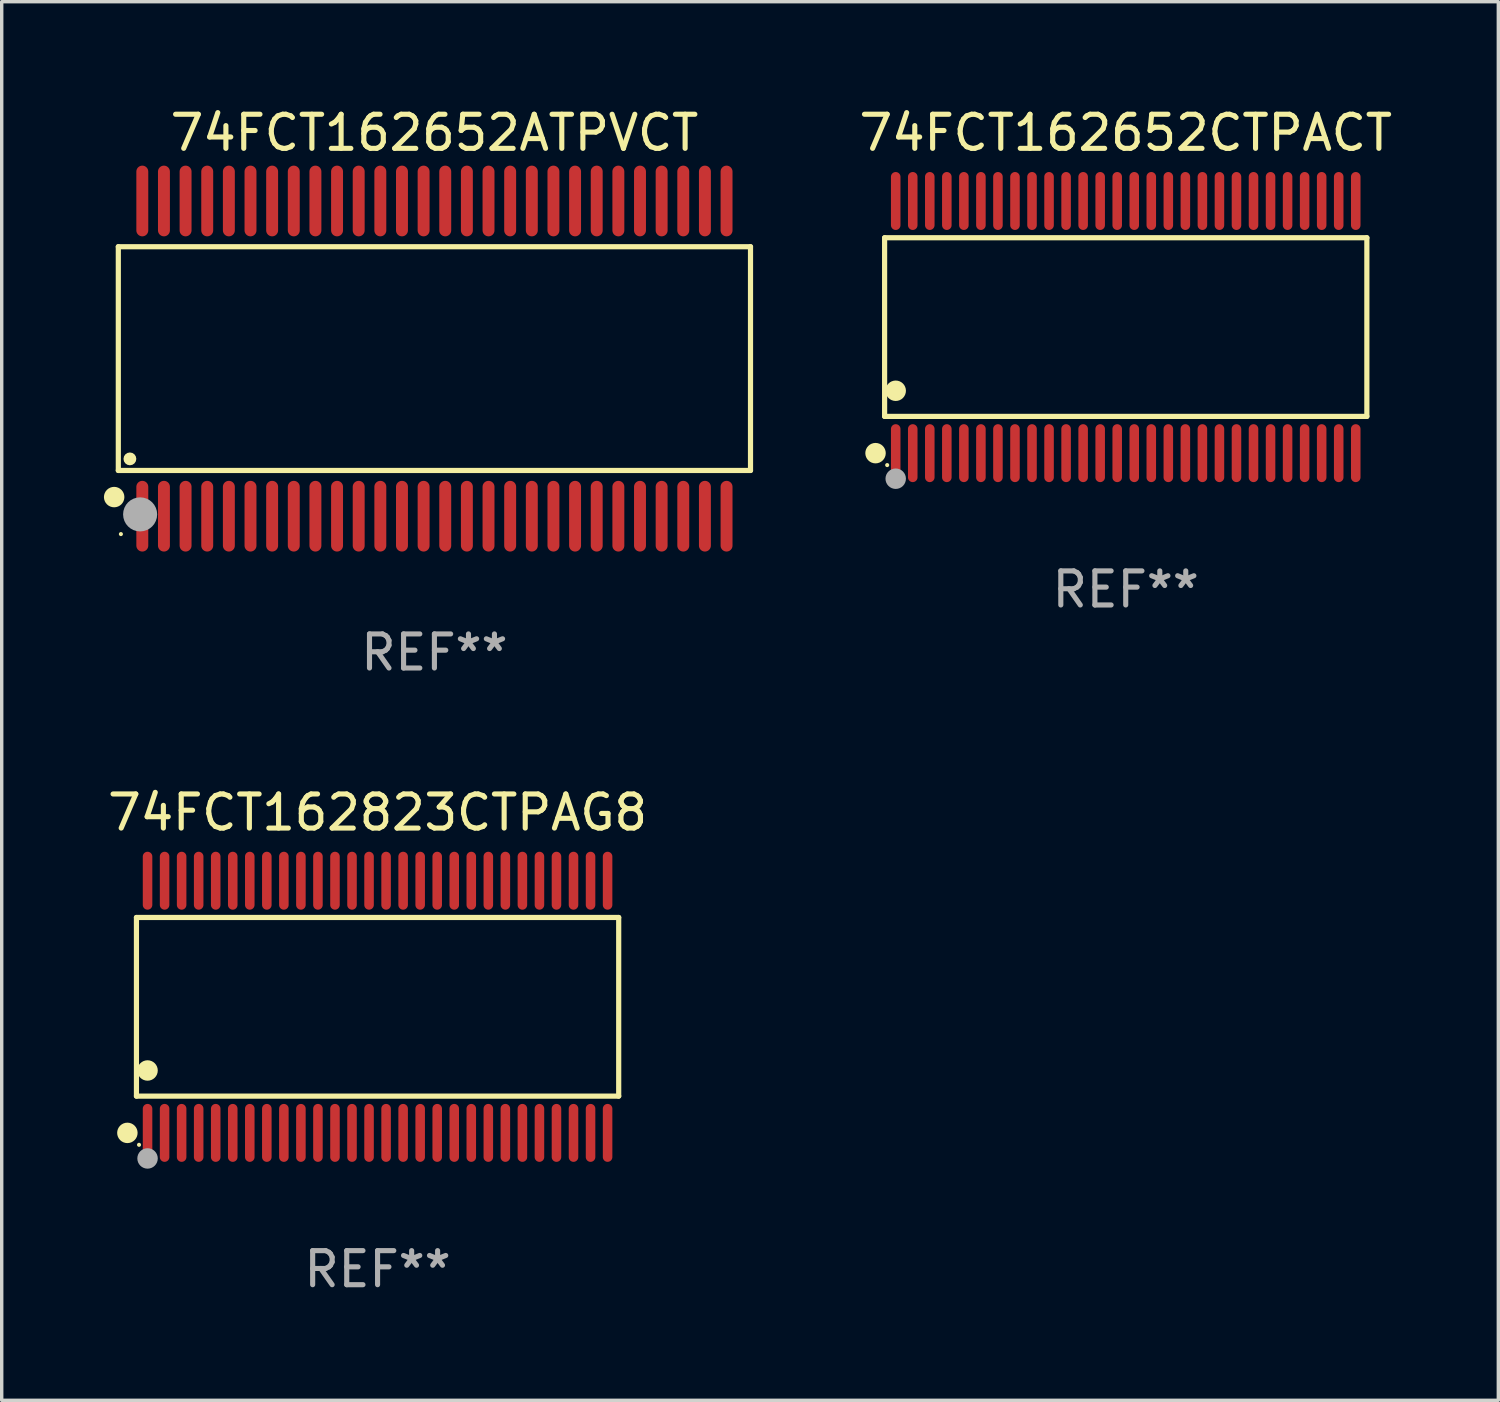
<source format=kicad_pcb>
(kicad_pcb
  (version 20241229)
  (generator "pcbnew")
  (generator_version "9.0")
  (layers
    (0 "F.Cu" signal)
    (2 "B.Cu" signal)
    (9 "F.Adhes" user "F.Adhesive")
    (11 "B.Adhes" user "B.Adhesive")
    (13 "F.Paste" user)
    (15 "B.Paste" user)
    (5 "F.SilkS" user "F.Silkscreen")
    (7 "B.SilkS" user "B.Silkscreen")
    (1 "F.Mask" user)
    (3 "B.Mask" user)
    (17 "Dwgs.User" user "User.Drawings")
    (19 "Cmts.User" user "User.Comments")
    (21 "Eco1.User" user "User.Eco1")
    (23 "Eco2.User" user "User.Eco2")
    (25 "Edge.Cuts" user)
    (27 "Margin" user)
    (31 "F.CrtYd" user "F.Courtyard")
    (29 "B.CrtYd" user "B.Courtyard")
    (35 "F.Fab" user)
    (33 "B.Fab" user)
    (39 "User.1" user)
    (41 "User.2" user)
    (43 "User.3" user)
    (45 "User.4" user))
  (footprint "74FCT162652CTPACT"
    (layer "F.Cu")
    (at 29.985 6.548)
    (property "Reference" "74FCT162652CTPACT" (at 0 -5.7 0) (layer "F.SilkS") (effects (font (size 1 1) (thickness 0.15))))
    (attr through_hole)
    (fp_line (start -7.076 -2.621) (end 7.076 -2.621) (stroke (width 0.152) (type solid)) (layer "F.SilkS"))
    (fp_line (start -7.076 2.621) (end -7.076 -2.621) (stroke (width 0.152) (type solid)) (layer "F.SilkS"))
    (fp_line (start 7.076 -2.621) (end 7.076 2.621) (stroke (width 0.152) (type solid)) (layer "F.SilkS"))
    (fp_line (start 7.076 2.621) (end -7.076 2.621) (stroke (width 0.152) (type solid)) (layer "F.SilkS"))
    (fp_circle (center -7.342 3.7) (end -7.192 3.7) (stroke (width 0.3) (type solid)) (fill no) (layer "F.SilkS"))
    (fp_circle (center -7 4.05) (end -6.97 4.05) (stroke (width 0.06) (type solid)) (fill no) (layer "F.SilkS"))
    (fp_circle (center -6.75 1.869) (end -6.6 1.869) (stroke (width 0.3) (type solid)) (fill no) (layer "F.SilkS"))
    (fp_circle (center -6.75 4.45) (end -6.6 4.45) (stroke (width 0.3) (type solid)) (fill no) (layer "F.Fab"))
    (fp_text user "REF**" (at 0 7.7 0) (layer "F.Fab") (effects (font (size 1 1) (thickness 0.15))))
    (pad "1" smd oval (at -6.75 3.7) (size 0.28 1.7) (layers "F.Cu" "F.Mask" "F.Paste"))
    (pad "2" smd oval (at -6.25 3.7) (size 0.28 1.7) (layers "F.Cu" "F.Mask" "F.Paste"))
    (pad "3" smd oval (at -5.75 3.7) (size 0.28 1.7) (layers "F.Cu" "F.Mask" "F.Paste"))
    (pad "4" smd oval (at -5.25 3.7) (size 0.28 1.7) (layers "F.Cu" "F.Mask" "F.Paste"))
    (pad "5" smd oval (at -4.75 3.7) (size 0.28 1.7) (layers "F.Cu" "F.Mask" "F.Paste"))
    (pad "6" smd oval (at -4.25 3.7) (size 0.28 1.7) (layers "F.Cu" "F.Mask" "F.Paste"))
    (pad "7" smd oval (at -3.75 3.7) (size 0.28 1.7) (layers "F.Cu" "F.Mask" "F.Paste"))
    (pad "8" smd oval (at -3.25 3.7) (size 0.28 1.7) (layers "F.Cu" "F.Mask" "F.Paste"))
    (pad "9" smd oval (at -2.75 3.7) (size 0.28 1.7) (layers "F.Cu" "F.Mask" "F.Paste"))
    (pad "10" smd oval (at -2.25 3.7) (size 0.28 1.7) (layers "F.Cu" "F.Mask" "F.Paste"))
    (pad "11" smd oval (at -1.75 3.7) (size 0.28 1.7) (layers "F.Cu" "F.Mask" "F.Paste"))
    (pad "12" smd oval (at -1.25 3.7) (size 0.28 1.7) (layers "F.Cu" "F.Mask" "F.Paste"))
    (pad "13" smd oval (at -0.75 3.7) (size 0.28 1.7) (layers "F.Cu" "F.Mask" "F.Paste"))
    (pad "14" smd oval (at -0.25 3.7) (size 0.28 1.7) (layers "F.Cu" "F.Mask" "F.Paste"))
    (pad "15" smd oval (at 0.25 3.7) (size 0.28 1.7) (layers "F.Cu" "F.Mask" "F.Paste"))
    (pad "16" smd oval (at 0.75 3.7) (size 0.28 1.7) (layers "F.Cu" "F.Mask" "F.Paste"))
    (pad "17" smd oval (at 1.25 3.7) (size 0.28 1.7) (layers "F.Cu" "F.Mask" "F.Paste"))
    (pad "18" smd oval (at 1.75 3.7) (size 0.28 1.7) (layers "F.Cu" "F.Mask" "F.Paste"))
    (pad "19" smd oval (at 2.25 3.7) (size 0.28 1.7) (layers "F.Cu" "F.Mask" "F.Paste"))
    (pad "20" smd oval (at 2.75 3.7) (size 0.28 1.7) (layers "F.Cu" "F.Mask" "F.Paste"))
    (pad "21" smd oval (at 3.25 3.7) (size 0.28 1.7) (layers "F.Cu" "F.Mask" "F.Paste"))
    (pad "22" smd oval (at 3.75 3.7) (size 0.28 1.7) (layers "F.Cu" "F.Mask" "F.Paste"))
    (pad "23" smd oval (at 4.25 3.7) (size 0.28 1.7) (layers "F.Cu" "F.Mask" "F.Paste"))
    (pad "24" smd oval (at 4.75 3.7) (size 0.28 1.7) (layers "F.Cu" "F.Mask" "F.Paste"))
    (pad "25" smd oval (at 5.25 3.7) (size 0.28 1.7) (layers "F.Cu" "F.Mask" "F.Paste"))
    (pad "26" smd oval (at 5.75 3.7) (size 0.28 1.7) (layers "F.Cu" "F.Mask" "F.Paste"))
    (pad "27" smd oval (at 6.25 3.7) (size 0.28 1.7) (layers "F.Cu" "F.Mask" "F.Paste"))
    (pad "28" smd oval (at 6.75 3.7) (size 0.28 1.7) (layers "F.Cu" "F.Mask" "F.Paste"))
    (pad "29" smd oval (at 6.75 -3.7) (size 0.28 1.7) (layers "F.Cu" "F.Mask" "F.Paste"))
    (pad "30" smd oval (at 6.25 -3.7) (size 0.28 1.7) (layers "F.Cu" "F.Mask" "F.Paste"))
    (pad "31" smd oval (at 5.75 -3.7) (size 0.28 1.7) (layers "F.Cu" "F.Mask" "F.Paste"))
    (pad "32" smd oval (at 5.25 -3.7) (size 0.28 1.7) (layers "F.Cu" "F.Mask" "F.Paste"))
    (pad "33" smd oval (at 4.75 -3.7) (size 0.28 1.7) (layers "F.Cu" "F.Mask" "F.Paste"))
    (pad "34" smd oval (at 4.25 -3.7) (size 0.28 1.7) (layers "F.Cu" "F.Mask" "F.Paste"))
    (pad "35" smd oval (at 3.75 -3.7) (size 0.28 1.7) (layers "F.Cu" "F.Mask" "F.Paste"))
    (pad "36" smd oval (at 3.25 -3.7) (size 0.28 1.7) (layers "F.Cu" "F.Mask" "F.Paste"))
    (pad "37" smd oval (at 2.75 -3.7) (size 0.28 1.7) (layers "F.Cu" "F.Mask" "F.Paste"))
    (pad "38" smd oval (at 2.25 -3.7) (size 0.28 1.7) (layers "F.Cu" "F.Mask" "F.Paste"))
    (pad "39" smd oval (at 1.75 -3.7) (size 0.28 1.7) (layers "F.Cu" "F.Mask" "F.Paste"))
    (pad "40" smd oval (at 1.25 -3.7) (size 0.28 1.7) (layers "F.Cu" "F.Mask" "F.Paste"))
    (pad "41" smd oval (at 0.75 -3.7) (size 0.28 1.7) (layers "F.Cu" "F.Mask" "F.Paste"))
    (pad "42" smd oval (at 0.25 -3.7) (size 0.28 1.7) (layers "F.Cu" "F.Mask" "F.Paste"))
    (pad "43" smd oval (at -0.25 -3.7) (size 0.28 1.7) (layers "F.Cu" "F.Mask" "F.Paste"))
    (pad "44" smd oval (at -0.75 -3.7) (size 0.28 1.7) (layers "F.Cu" "F.Mask" "F.Paste"))
    (pad "45" smd oval (at -1.25 -3.7) (size 0.28 1.7) (layers "F.Cu" "F.Mask" "F.Paste"))
    (pad "46" smd oval (at -1.75 -3.7) (size 0.28 1.7) (layers "F.Cu" "F.Mask" "F.Paste"))
    (pad "47" smd oval (at -2.25 -3.7) (size 0.28 1.7) (layers "F.Cu" "F.Mask" "F.Paste"))
    (pad "48" smd oval (at -2.75 -3.7) (size 0.28 1.7) (layers "F.Cu" "F.Mask" "F.Paste"))
    (pad "49" smd oval (at -3.25 -3.7) (size 0.28 1.7) (layers "F.Cu" "F.Mask" "F.Paste"))
    (pad "50" smd oval (at -3.75 -3.7) (size 0.28 1.7) (layers "F.Cu" "F.Mask" "F.Paste"))
    (pad "51" smd oval (at -4.25 -3.7) (size 0.28 1.7) (layers "F.Cu" "F.Mask" "F.Paste"))
    (pad "52" smd oval (at -4.75 -3.7) (size 0.28 1.7) (layers "F.Cu" "F.Mask" "F.Paste"))
    (pad "53" smd oval (at -5.25 -3.7) (size 0.28 1.7) (layers "F.Cu" "F.Mask" "F.Paste"))
    (pad "54" smd oval (at -5.75 -3.7) (size 0.28 1.7) (layers "F.Cu" "F.Mask" "F.Paste"))
    (pad "55" smd oval (at -6.25 -3.7) (size 0.28 1.7) (layers "F.Cu" "F.Mask" "F.Paste"))
    (pad "56" smd oval (at -6.75 -3.7) (size 0.28 1.7) (layers "F.Cu" "F.Mask" "F.Paste")))
  (footprint "74FCT162823CTPAG8"
    (layer "F.Cu")
    (at 8.03 26.495)
    (property "Reference" "74FCT162823CTPAG8" (at 0 -5.7 0) (layer "F.SilkS") (effects (font (size 1 1) (thickness 0.15))))
    (attr through_hole)
    (fp_line (start -7.076 -2.621) (end 7.076 -2.621) (stroke (width 0.152) (type solid)) (layer "F.SilkS"))
    (fp_line (start -7.076 2.621) (end -7.076 -2.621) (stroke (width 0.152) (type solid)) (layer "F.SilkS"))
    (fp_line (start 7.076 -2.621) (end 7.076 2.621) (stroke (width 0.152) (type solid)) (layer "F.SilkS"))
    (fp_line (start 7.076 2.621) (end -7.076 2.621) (stroke (width 0.152) (type solid)) (layer "F.SilkS"))
    (fp_circle (center -7.342 3.7) (end -7.192 3.7) (stroke (width 0.3) (type solid)) (fill no) (layer "F.SilkS"))
    (fp_circle (center -7 4.05) (end -6.97 4.05) (stroke (width 0.06) (type solid)) (fill no) (layer "F.SilkS"))
    (fp_circle (center -6.75 1.869) (end -6.6 1.869) (stroke (width 0.3) (type solid)) (fill no) (layer "F.SilkS"))
    (fp_circle (center -6.75 4.45) (end -6.6 4.45) (stroke (width 0.3) (type solid)) (fill no) (layer "F.Fab"))
    (fp_text user "REF**" (at 0 7.7 0) (layer "F.Fab") (effects (font (size 1 1) (thickness 0.15))))
    (pad "1" smd oval (at -6.75 3.7) (size 0.28 1.7) (layers "F.Cu" "F.Mask" "F.Paste"))
    (pad "2" smd oval (at -6.25 3.7) (size 0.28 1.7) (layers "F.Cu" "F.Mask" "F.Paste"))
    (pad "3" smd oval (at -5.75 3.7) (size 0.28 1.7) (layers "F.Cu" "F.Mask" "F.Paste"))
    (pad "4" smd oval (at -5.25 3.7) (size 0.28 1.7) (layers "F.Cu" "F.Mask" "F.Paste"))
    (pad "5" smd oval (at -4.75 3.7) (size 0.28 1.7) (layers "F.Cu" "F.Mask" "F.Paste"))
    (pad "6" smd oval (at -4.25 3.7) (size 0.28 1.7) (layers "F.Cu" "F.Mask" "F.Paste"))
    (pad "7" smd oval (at -3.75 3.7) (size 0.28 1.7) (layers "F.Cu" "F.Mask" "F.Paste"))
    (pad "8" smd oval (at -3.25 3.7) (size 0.28 1.7) (layers "F.Cu" "F.Mask" "F.Paste"))
    (pad "9" smd oval (at -2.75 3.7) (size 0.28 1.7) (layers "F.Cu" "F.Mask" "F.Paste"))
    (pad "10" smd oval (at -2.25 3.7) (size 0.28 1.7) (layers "F.Cu" "F.Mask" "F.Paste"))
    (pad "11" smd oval (at -1.75 3.7) (size 0.28 1.7) (layers "F.Cu" "F.Mask" "F.Paste"))
    (pad "12" smd oval (at -1.25 3.7) (size 0.28 1.7) (layers "F.Cu" "F.Mask" "F.Paste"))
    (pad "13" smd oval (at -0.75 3.7) (size 0.28 1.7) (layers "F.Cu" "F.Mask" "F.Paste"))
    (pad "14" smd oval (at -0.25 3.7) (size 0.28 1.7) (layers "F.Cu" "F.Mask" "F.Paste"))
    (pad "15" smd oval (at 0.25 3.7) (size 0.28 1.7) (layers "F.Cu" "F.Mask" "F.Paste"))
    (pad "16" smd oval (at 0.75 3.7) (size 0.28 1.7) (layers "F.Cu" "F.Mask" "F.Paste"))
    (pad "17" smd oval (at 1.25 3.7) (size 0.28 1.7) (layers "F.Cu" "F.Mask" "F.Paste"))
    (pad "18" smd oval (at 1.75 3.7) (size 0.28 1.7) (layers "F.Cu" "F.Mask" "F.Paste"))
    (pad "19" smd oval (at 2.25 3.7) (size 0.28 1.7) (layers "F.Cu" "F.Mask" "F.Paste"))
    (pad "20" smd oval (at 2.75 3.7) (size 0.28 1.7) (layers "F.Cu" "F.Mask" "F.Paste"))
    (pad "21" smd oval (at 3.25 3.7) (size 0.28 1.7) (layers "F.Cu" "F.Mask" "F.Paste"))
    (pad "22" smd oval (at 3.75 3.7) (size 0.28 1.7) (layers "F.Cu" "F.Mask" "F.Paste"))
    (pad "23" smd oval (at 4.25 3.7) (size 0.28 1.7) (layers "F.Cu" "F.Mask" "F.Paste"))
    (pad "24" smd oval (at 4.75 3.7) (size 0.28 1.7) (layers "F.Cu" "F.Mask" "F.Paste"))
    (pad "25" smd oval (at 5.25 3.7) (size 0.28 1.7) (layers "F.Cu" "F.Mask" "F.Paste"))
    (pad "26" smd oval (at 5.75 3.7) (size 0.28 1.7) (layers "F.Cu" "F.Mask" "F.Paste"))
    (pad "27" smd oval (at 6.25 3.7) (size 0.28 1.7) (layers "F.Cu" "F.Mask" "F.Paste"))
    (pad "28" smd oval (at 6.75 3.7) (size 0.28 1.7) (layers "F.Cu" "F.Mask" "F.Paste"))
    (pad "29" smd oval (at 6.75 -3.7) (size 0.28 1.7) (layers "F.Cu" "F.Mask" "F.Paste"))
    (pad "30" smd oval (at 6.25 -3.7) (size 0.28 1.7) (layers "F.Cu" "F.Mask" "F.Paste"))
    (pad "31" smd oval (at 5.75 -3.7) (size 0.28 1.7) (layers "F.Cu" "F.Mask" "F.Paste"))
    (pad "32" smd oval (at 5.25 -3.7) (size 0.28 1.7) (layers "F.Cu" "F.Mask" "F.Paste"))
    (pad "33" smd oval (at 4.75 -3.7) (size 0.28 1.7) (layers "F.Cu" "F.Mask" "F.Paste"))
    (pad "34" smd oval (at 4.25 -3.7) (size 0.28 1.7) (layers "F.Cu" "F.Mask" "F.Paste"))
    (pad "35" smd oval (at 3.75 -3.7) (size 0.28 1.7) (layers "F.Cu" "F.Mask" "F.Paste"))
    (pad "36" smd oval (at 3.25 -3.7) (size 0.28 1.7) (layers "F.Cu" "F.Mask" "F.Paste"))
    (pad "37" smd oval (at 2.75 -3.7) (size 0.28 1.7) (layers "F.Cu" "F.Mask" "F.Paste"))
    (pad "38" smd oval (at 2.25 -3.7) (size 0.28 1.7) (layers "F.Cu" "F.Mask" "F.Paste"))
    (pad "39" smd oval (at 1.75 -3.7) (size 0.28 1.7) (layers "F.Cu" "F.Mask" "F.Paste"))
    (pad "40" smd oval (at 1.25 -3.7) (size 0.28 1.7) (layers "F.Cu" "F.Mask" "F.Paste"))
    (pad "41" smd oval (at 0.75 -3.7) (size 0.28 1.7) (layers "F.Cu" "F.Mask" "F.Paste"))
    (pad "42" smd oval (at 0.25 -3.7) (size 0.28 1.7) (layers "F.Cu" "F.Mask" "F.Paste"))
    (pad "43" smd oval (at -0.25 -3.7) (size 0.28 1.7) (layers "F.Cu" "F.Mask" "F.Paste"))
    (pad "44" smd oval (at -0.75 -3.7) (size 0.28 1.7) (layers "F.Cu" "F.Mask" "F.Paste"))
    (pad "45" smd oval (at -1.25 -3.7) (size 0.28 1.7) (layers "F.Cu" "F.Mask" "F.Paste"))
    (pad "46" smd oval (at -1.75 -3.7) (size 0.28 1.7) (layers "F.Cu" "F.Mask" "F.Paste"))
    (pad "47" smd oval (at -2.25 -3.7) (size 0.28 1.7) (layers "F.Cu" "F.Mask" "F.Paste"))
    (pad "48" smd oval (at -2.75 -3.7) (size 0.28 1.7) (layers "F.Cu" "F.Mask" "F.Paste"))
    (pad "49" smd oval (at -3.25 -3.7) (size 0.28 1.7) (layers "F.Cu" "F.Mask" "F.Paste"))
    (pad "50" smd oval (at -3.75 -3.7) (size 0.28 1.7) (layers "F.Cu" "F.Mask" "F.Paste"))
    (pad "51" smd oval (at -4.25 -3.7) (size 0.28 1.7) (layers "F.Cu" "F.Mask" "F.Paste"))
    (pad "52" smd oval (at -4.75 -3.7) (size 0.28 1.7) (layers "F.Cu" "F.Mask" "F.Paste"))
    (pad "53" smd oval (at -5.25 -3.7) (size 0.28 1.7) (layers "F.Cu" "F.Mask" "F.Paste"))
    (pad "54" smd oval (at -5.75 -3.7) (size 0.28 1.7) (layers "F.Cu" "F.Mask" "F.Paste"))
    (pad "55" smd oval (at -6.25 -3.7) (size 0.28 1.7) (layers "F.Cu" "F.Mask" "F.Paste"))
    (pad "56" smd oval (at -6.75 -3.7) (size 0.28 1.7) (layers "F.Cu" "F.Mask" "F.Paste")))
  (footprint "74FCT162652ATPVCT"
    (layer "F.Cu")
    (at 9.698 7.473)
    (property "Reference" "74FCT162652ATPVCT" (at 0 -6.625 0) (layer "F.SilkS") (effects (font (size 1 1) (thickness 0.15))))
    (attr through_hole)
    (fp_line (start -9.276 -3.283) (end 9.276 -3.283) (stroke (width 0.152) (type solid)) (layer "F.SilkS"))
    (fp_line (start -9.276 3.283) (end -9.276 -3.283) (stroke (width 0.152) (type solid)) (layer "F.SilkS"))
    (fp_line (start 9.276 -3.283) (end 9.276 3.283) (stroke (width 0.152) (type solid)) (layer "F.SilkS"))
    (fp_line (start 9.276 3.283) (end -9.276 3.283) (stroke (width 0.152) (type solid)) (layer "F.SilkS"))
    (fp_circle (center -9.398 4.064) (end -9.248 4.064) (stroke (width 0.3) (type solid)) (fill no) (layer "F.SilkS"))
    (fp_circle (center -9.2 5.15) (end -9.17 5.15) (stroke (width 0.06) (type solid)) (fill no) (layer "F.SilkS"))
    (fp_circle (center -8.936 2.943) (end -8.842 2.943) (stroke (width 0.188) (type solid)) (fill no) (layer "F.SilkS"))
    (fp_circle (center -8.636 4.572) (end -8.386 4.572) (stroke (width 0.5) (type solid)) (fill no) (layer "F.Fab"))
    (fp_text user "REF**" (at 0 8.625 0) (layer "F.Fab") (effects (font (size 1 1) (thickness 0.15))))
    (pad "1" smd oval (at -8.572 4.625 90) (size 2.075 0.35) (layers "F.Cu" "F.Mask" "F.Paste"))
    (pad "2" smd oval (at -7.937 4.625 90) (size 2.075 0.35) (layers "F.Cu" "F.Mask" "F.Paste"))
    (pad "3" smd oval (at -7.302 4.625 90) (size 2.075 0.35) (layers "F.Cu" "F.Mask" "F.Paste"))
    (pad "4" smd oval (at -6.667 4.625 90) (size 2.075 0.35) (layers "F.Cu" "F.Mask" "F.Paste"))
    (pad "5" smd oval (at -6.032 4.625 90) (size 2.075 0.35) (layers "F.Cu" "F.Mask" "F.Paste"))
    (pad "6" smd oval (at -5.397 4.625 90) (size 2.075 0.35) (layers "F.Cu" "F.Mask" "F.Paste"))
    (pad "7" smd oval (at -4.762 4.625 90) (size 2.075 0.35) (layers "F.Cu" "F.Mask" "F.Paste"))
    (pad "8" smd oval (at -4.127 4.625 90) (size 2.075 0.35) (layers "F.Cu" "F.Mask" "F.Paste"))
    (pad "9" smd oval (at -3.492 4.625 90) (size 2.075 0.35) (layers "F.Cu" "F.Mask" "F.Paste"))
    (pad "10" smd oval (at -2.857 4.625 90) (size 2.075 0.35) (layers "F.Cu" "F.Mask" "F.Paste"))
    (pad "11" smd oval (at -2.222 4.625 90) (size 2.075 0.35) (layers "F.Cu" "F.Mask" "F.Paste"))
    (pad "12" smd oval (at -1.587 4.625 90) (size 2.075 0.35) (layers "F.Cu" "F.Mask" "F.Paste"))
    (pad "13" smd oval (at -0.952 4.625 90) (size 2.075 0.35) (layers "F.Cu" "F.Mask" "F.Paste"))
    (pad "14" smd oval (at -0.317 4.625 90) (size 2.075 0.35) (layers "F.Cu" "F.Mask" "F.Paste"))
    (pad "15" smd oval (at 0.318 4.625 90) (size 2.075 0.35) (layers "F.Cu" "F.Mask" "F.Paste"))
    (pad "16" smd oval (at 0.953 4.625 90) (size 2.075 0.35) (layers "F.Cu" "F.Mask" "F.Paste"))
    (pad "17" smd oval (at 1.588 4.625 90) (size 2.075 0.35) (layers "F.Cu" "F.Mask" "F.Paste"))
    (pad "18" smd oval (at 2.223 4.625 90) (size 2.075 0.35) (layers "F.Cu" "F.Mask" "F.Paste"))
    (pad "19" smd oval (at 2.858 4.625 90) (size 2.075 0.35) (layers "F.Cu" "F.Mask" "F.Paste"))
    (pad "20" smd oval (at 3.493 4.625 90) (size 2.075 0.35) (layers "F.Cu" "F.Mask" "F.Paste"))
    (pad "21" smd oval (at 4.128 4.625 90) (size 2.075 0.35) (layers "F.Cu" "F.Mask" "F.Paste"))
    (pad "22" smd oval (at 4.763 4.625 90) (size 2.075 0.35) (layers "F.Cu" "F.Mask" "F.Paste"))
    (pad "23" smd oval (at 5.398 4.625 90) (size 2.075 0.35) (layers "F.Cu" "F.Mask" "F.Paste"))
    (pad "24" smd oval (at 6.033 4.625 90) (size 2.075 0.35) (layers "F.Cu" "F.Mask" "F.Paste"))
    (pad "25" smd oval (at 6.668 4.625 90) (size 2.075 0.35) (layers "F.Cu" "F.Mask" "F.Paste"))
    (pad "26" smd oval (at 7.303 4.625 90) (size 2.075 0.35) (layers "F.Cu" "F.Mask" "F.Paste"))
    (pad "27" smd oval (at 7.938 4.625 90) (size 2.075 0.35) (layers "F.Cu" "F.Mask" "F.Paste"))
    (pad "28" smd oval (at 8.573 4.625 90) (size 2.075 0.35) (layers "F.Cu" "F.Mask" "F.Paste"))
    (pad "29" smd oval (at 8.573 -4.625 90) (size 2.075 0.35) (layers "F.Cu" "F.Mask" "F.Paste"))
    (pad "30" smd oval (at 7.938 -4.625 90) (size 2.075 0.35) (layers "F.Cu" "F.Mask" "F.Paste"))
    (pad "31" smd oval (at 7.303 -4.625 90) (size 2.075 0.35) (layers "F.Cu" "F.Mask" "F.Paste"))
    (pad "32" smd oval (at 6.668 -4.625 90) (size 2.075 0.35) (layers "F.Cu" "F.Mask" "F.Paste"))
    (pad "33" smd oval (at 6.033 -4.625 90) (size 2.075 0.35) (layers "F.Cu" "F.Mask" "F.Paste"))
    (pad "34" smd oval (at 5.398 -4.625 90) (size 2.075 0.35) (layers "F.Cu" "F.Mask" "F.Paste"))
    (pad "35" smd oval (at 4.763 -4.625 90) (size 2.075 0.35) (layers "F.Cu" "F.Mask" "F.Paste"))
    (pad "36" smd oval (at 4.128 -4.625 90) (size 2.075 0.35) (layers "F.Cu" "F.Mask" "F.Paste"))
    (pad "37" smd oval (at 3.493 -4.625 90) (size 2.075 0.35) (layers "F.Cu" "F.Mask" "F.Paste"))
    (pad "38" smd oval (at 2.858 -4.625 90) (size 2.075 0.35) (layers "F.Cu" "F.Mask" "F.Paste"))
    (pad "39" smd oval (at 2.223 -4.625 90) (size 2.075 0.35) (layers "F.Cu" "F.Mask" "F.Paste"))
    (pad "40" smd oval (at 1.588 -4.625 90) (size 2.075 0.35) (layers "F.Cu" "F.Mask" "F.Paste"))
    (pad "41" smd oval (at 0.953 -4.625 90) (size 2.075 0.35) (layers "F.Cu" "F.Mask" "F.Paste"))
    (pad "42" smd oval (at 0.318 -4.625 90) (size 2.075 0.35) (layers "F.Cu" "F.Mask" "F.Paste"))
    (pad "43" smd oval (at -0.317 -4.625 90) (size 2.075 0.35) (layers "F.Cu" "F.Mask" "F.Paste"))
    (pad "44" smd oval (at -0.952 -4.625 90) (size 2.075 0.35) (layers "F.Cu" "F.Mask" "F.Paste"))
    (pad "45" smd oval (at -1.587 -4.625 90) (size 2.075 0.35) (layers "F.Cu" "F.Mask" "F.Paste"))
    (pad "46" smd oval (at -2.222 -4.625 90) (size 2.075 0.35) (layers "F.Cu" "F.Mask" "F.Paste"))
    (pad "47" smd oval (at -2.857 -4.625 90) (size 2.075 0.35) (layers "F.Cu" "F.Mask" "F.Paste"))
    (pad "48" smd oval (at -3.492 -4.625 90) (size 2.075 0.35) (layers "F.Cu" "F.Mask" "F.Paste"))
    (pad "49" smd oval (at -4.127 -4.625 90) (size 2.075 0.35) (layers "F.Cu" "F.Mask" "F.Paste"))
    (pad "50" smd oval (at -4.762 -4.625 90) (size 2.075 0.35) (layers "F.Cu" "F.Mask" "F.Paste"))
    (pad "51" smd oval (at -5.397 -4.625 90) (size 2.075 0.35) (layers "F.Cu" "F.Mask" "F.Paste"))
    (pad "52" smd oval (at -6.032 -4.625 90) (size 2.075 0.35) (layers "F.Cu" "F.Mask" "F.Paste"))
    (pad "53" smd oval (at -6.667 -4.625 90) (size 2.075 0.35) (layers "F.Cu" "F.Mask" "F.Paste"))
    (pad "54" smd oval (at -7.302 -4.625 90) (size 2.075 0.35) (layers "F.Cu" "F.Mask" "F.Paste"))
    (pad "55" smd oval (at -7.937 -4.625 90) (size 2.075 0.35) (layers "F.Cu" "F.Mask" "F.Paste"))
    (pad "56" smd oval (at -8.572 -4.625 90) (size 2.075 0.35) (layers "F.Cu" "F.Mask" "F.Paste")))
  (gr_rect
    (start -3 -3)
    (end 40.919 38.043)
    (stroke (width 0.1) (type default))
    (fill no)
    (layer "Edge.Cuts")))
</source>
